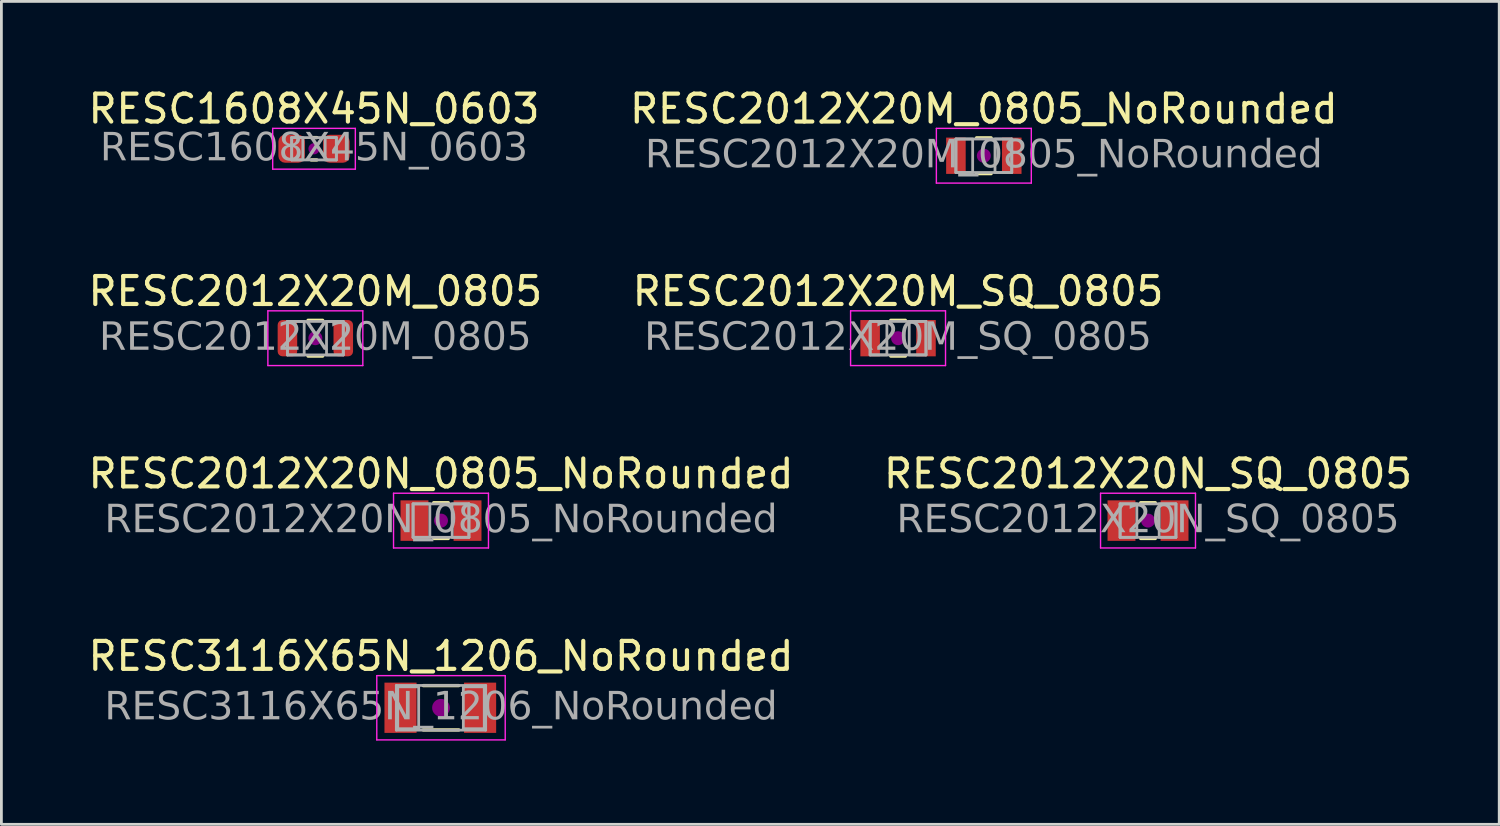
<source format=kicad_pcb>
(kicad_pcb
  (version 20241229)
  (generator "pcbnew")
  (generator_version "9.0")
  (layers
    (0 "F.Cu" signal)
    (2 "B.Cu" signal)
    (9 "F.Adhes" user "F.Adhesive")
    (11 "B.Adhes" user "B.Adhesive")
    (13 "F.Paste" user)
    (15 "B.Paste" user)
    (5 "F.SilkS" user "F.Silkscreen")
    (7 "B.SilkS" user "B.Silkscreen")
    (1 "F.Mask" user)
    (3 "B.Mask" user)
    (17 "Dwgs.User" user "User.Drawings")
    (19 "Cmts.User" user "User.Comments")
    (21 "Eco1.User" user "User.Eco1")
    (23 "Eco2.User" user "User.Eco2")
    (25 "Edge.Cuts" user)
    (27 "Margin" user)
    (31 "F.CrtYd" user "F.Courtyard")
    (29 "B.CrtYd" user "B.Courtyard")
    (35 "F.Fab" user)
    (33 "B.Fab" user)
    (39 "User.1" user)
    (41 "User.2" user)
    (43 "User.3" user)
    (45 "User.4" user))
  (footprint "RESC2012X20N_SQ_0805"
    (layer "F.Cu")
    (at 38.065 15.595)
    (property "Reference" "RESC2012X20N_SQ_0805" (at 0 -1.68 0) (layer "F.SilkS") (effects (font (size 1 1) (thickness 0.15))))
    (attr smd)
    (fp_line (start -0.261 -0.64) (end 0.261 -0.64) (stroke (width 0.12) (type solid)) (layer "F.SilkS"))
    (fp_line (start -0.261 0.64) (end 0.261 0.64) (stroke (width 0.12) (type solid)) (layer "F.SilkS"))
    (fp_circle (center 0 0) (end 0.25 0) (stroke (width 0) (type solid)) (fill yes) (layer "F.Adhes"))
    (fp_line (start -1.7 -0.98) (end 1.7 -0.98) (stroke (width 0.05) (type solid)) (layer "F.CrtYd"))
    (fp_line (start -1.7 0.98) (end -1.7 -0.98) (stroke (width 0.05) (type solid)) (layer "F.CrtYd"))
    (fp_line (start 1.7 -0.98) (end 1.7 0.98) (stroke (width 0.05) (type solid)) (layer "F.CrtYd"))
    (fp_line (start 1.7 0.98) (end -1.7 0.98) (stroke (width 0.05) (type solid)) (layer "F.CrtYd"))
    (fp_line (start -1 -0.6) (end 1 -0.6) (stroke (width 0.1) (type solid)) (layer "F.Fab"))
    (fp_line (start -1 0.6) (end -1 -0.6) (stroke (width 0.1) (type solid)) (layer "F.Fab"))
    (fp_line (start 1 -0.6) (end 1 0.6) (stroke (width 0.1) (type solid)) (layer "F.Fab"))
    (fp_line (start 1 0.6) (end -1 0.6) (stroke (width 0.1) (type solid)) (layer "F.Fab"))
    (fp_rect (start -1 -0.6) (end -0.4 0.6) (stroke (width 0.1) (type solid)) (fill no) (layer "F.Fab"))
    (fp_rect (start 0.4 -0.6) (end 1 0.6) (stroke (width 0.1) (type solid)) (fill no) (layer "F.Fab"))
    (fp_text user "${REFERENCE}" (at 0 0 0) (layer "F.Fab") (effects (font (face "Tahoma") (size 1 1) (thickness 0.15))))
    (pad "1" smd rect (at -0.95 0) (size 1 1.45) (layers "F.Cu" "F.Mask" "F.Paste"))
    (pad "2" smd rect (at 0.95 0) (size 1 1.45) (layers "F.Cu" "F.Mask" "F.Paste")))
  (footprint "RESC2012X20N_0805_NoRounded"
    (layer "F.Cu")
    (at 12.744 15.595)
    (property "Reference" "RESC2012X20N_0805_NoRounded" (at 0 -1.68 0) (layer "F.SilkS") (effects (font (size 1 1) (thickness 0.15))))
    (attr smd)
    (fp_line (start -0.261 -0.64) (end 0.261 -0.64) (stroke (width 0.12) (type solid)) (layer "F.SilkS"))
    (fp_line (start -0.261 0.64) (end 0.261 0.64) (stroke (width 0.12) (type solid)) (layer "F.SilkS"))
    (fp_circle (center 0 0) (end 0.25 0) (stroke (width 0) (type solid)) (fill yes) (layer "F.Adhes"))
    (fp_line (start -1.7 -0.98) (end 1.7 -0.98) (stroke (width 0.05) (type solid)) (layer "F.CrtYd"))
    (fp_line (start -1.7 0.98) (end -1.7 -0.98) (stroke (width 0.05) (type solid)) (layer "F.CrtYd"))
    (fp_line (start 1.7 -0.98) (end 1.7 0.98) (stroke (width 0.05) (type solid)) (layer "F.CrtYd"))
    (fp_line (start 1.7 0.98) (end -1.7 0.98) (stroke (width 0.05) (type solid)) (layer "F.CrtYd"))
    (fp_line (start -1 -0.6) (end 1 -0.6) (stroke (width 0.1) (type solid)) (layer "F.Fab"))
    (fp_line (start -1 0.6) (end -1 -0.6) (stroke (width 0.1) (type solid)) (layer "F.Fab"))
    (fp_line (start 1 -0.6) (end 1 0.6) (stroke (width 0.1) (type solid)) (layer "F.Fab"))
    (fp_line (start 1 0.6) (end -1 0.6) (stroke (width 0.1) (type solid)) (layer "F.Fab"))
    (fp_rect (start -1 -0.6) (end -0.4 0.6) (stroke (width 0.1) (type solid)) (fill no) (layer "F.Fab"))
    (fp_rect (start 0.4 -0.6) (end 1 0.6) (stroke (width 0.1) (type solid)) (fill no) (layer "F.Fab"))
    (fp_text user "${REFERENCE}" (at 0 0 0) (layer "F.Fab") (effects (font (face "Tahoma") (size 1 1) (thickness 0.15))))
    (pad "1" smd rect (at -0.95 0) (size 1 1.45) (layers "F.Cu" "F.Mask" "F.Paste"))
    (pad "2" smd rect (at 0.95 0) (size 1 1.45) (layers "F.Cu" "F.Mask" "F.Paste")))
  (footprint "RESC3116X65N_1206_NoRounded"
    (layer "F.Cu")
    (at 12.744 22.298)
    (property "Reference" "RESC3116X65N_1206_NoRounded" (at 0 -1.85 0) (layer "F.SilkS") (effects (font (size 1 1) (thickness 0.15))))
    (attr smd)
    (fp_line (start -0.635 -0.794) (end 0.635 -0.794) (stroke (width 0.12) (type solid)) (layer "F.SilkS"))
    (fp_line (start -0.635 0.794) (end 0.635 0.794) (stroke (width 0.12) (type solid)) (layer "F.SilkS"))
    (fp_circle (center 0 0) (end 0.318 0) (stroke (width 0) (type solid)) (fill yes) (layer "F.Adhes"))
    (fp_line (start -2.3 -1.15) (end 2.3 -1.15) (stroke (width 0.05) (type solid)) (layer "F.CrtYd"))
    (fp_line (start -2.3 1.15) (end -2.3 -1.15) (stroke (width 0.05) (type solid)) (layer "F.CrtYd"))
    (fp_line (start 2.3 -1.15) (end 2.3 1.15) (stroke (width 0.05) (type solid)) (layer "F.CrtYd"))
    (fp_line (start 2.3 1.15) (end -2.3 1.15) (stroke (width 0.05) (type solid)) (layer "F.CrtYd"))
    (fp_line (start -1.6 -0.8) (end 1.6 -0.8) (stroke (width 0.1) (type solid)) (layer "F.Fab"))
    (fp_line (start -1.6 0.8) (end -1.6 -0.8) (stroke (width 0.1) (type solid)) (layer "F.Fab"))
    (fp_line (start 1.6 -0.8) (end 1.6 0.8) (stroke (width 0.1) (type solid)) (layer "F.Fab"))
    (fp_line (start 1.6 0.8) (end -1.6 0.8) (stroke (width 0.1) (type solid)) (layer "F.Fab"))
    (fp_rect (start -0.8 0.75) (end -1.55 -0.75) (stroke (width 0.1) (type solid)) (fill no) (layer "F.Fab"))
    (fp_rect (start 0.8 -0.75) (end 1.55 0.75) (stroke (width 0.1) (type solid)) (fill no) (layer "F.Fab"))
    (fp_text user "${REFERENCE}" (at 0 0 0) (layer "F.Fab") (effects (font (face "Tahoma") (size 1 1) (thickness 0.15))))
    (pad "1" smd rect (at -1.45 0) (size 1.15 1.8) (layers "F.Cu" "F.Mask" "F.Paste"))
    (pad "2" smd rect (at 1.4 0) (size 1.15 1.8) (layers "F.Cu" "F.Mask" "F.Paste")))
  (footprint "RESC2012X20M_SQ_0805"
    (layer "F.Cu")
    (at 29.113 9.062)
    (property "Reference" "RESC2012X20M_SQ_0805" (at 0 -1.68 0) (layer "F.SilkS") (effects (font (size 1 1) (thickness 0.15))))
    (attr smd)
    (fp_line (start -0.261 -0.64) (end 0.261 -0.64) (stroke (width 0.12) (type solid)) (layer "F.SilkS"))
    (fp_line (start -0.261 0.64) (end 0.261 0.64) (stroke (width 0.12) (type solid)) (layer "F.SilkS"))
    (fp_circle (center 0 0) (end 0.25 0) (stroke (width 0) (type solid)) (fill yes) (layer "F.Adhes"))
    (fp_line (start -1.7 -0.98) (end 1.7 -0.98) (stroke (width 0.05) (type solid)) (layer "F.CrtYd"))
    (fp_line (start -1.7 0.98) (end -1.7 -0.98) (stroke (width 0.05) (type solid)) (layer "F.CrtYd"))
    (fp_line (start 1.7 -0.98) (end 1.7 0.98) (stroke (width 0.05) (type solid)) (layer "F.CrtYd"))
    (fp_line (start 1.7 0.98) (end -1.7 0.98) (stroke (width 0.05) (type solid)) (layer "F.CrtYd"))
    (fp_line (start -1 -0.6) (end 1 -0.6) (stroke (width 0.1) (type solid)) (layer "F.Fab"))
    (fp_line (start -1 0.6) (end -1 -0.6) (stroke (width 0.1) (type solid)) (layer "F.Fab"))
    (fp_line (start 1 -0.6) (end 1 0.6) (stroke (width 0.1) (type solid)) (layer "F.Fab"))
    (fp_line (start 1 0.6) (end -1 0.6) (stroke (width 0.1) (type solid)) (layer "F.Fab"))
    (fp_rect (start -1 -0.6) (end -0.4 0.6) (stroke (width 0.1) (type solid)) (fill no) (layer "F.Fab"))
    (fp_rect (start 0.4 -0.6) (end 1 0.6) (stroke (width 0.1) (type solid)) (fill no) (layer "F.Fab"))
    (fp_text user "${REFERENCE}" (at 0 0 0) (layer "F.Fab") (effects (font (face "Tahoma") (size 1 1) (thickness 0.15))))
    (pad "1" smd rect (at -1 0) (size 0.7 1.3) (layers "F.Cu" "F.Mask" "F.Paste"))
    (pad "2" smd rect (at 1 0) (size 0.7 1.3) (layers "F.Cu" "F.Mask" "F.Paste")))
  (footprint "RESC2012X20M_0805"
    (layer "F.Cu")
    (at 8.244 9.062)
    (property "Reference" "RESC2012X20M_0805" (at 0 -1.68 0) (layer "F.SilkS") (effects (font (size 1 1) (thickness 0.15))))
    (attr smd)
    (fp_line (start -0.261 -0.64) (end 0.261 -0.64) (stroke (width 0.12) (type solid)) (layer "F.SilkS"))
    (fp_line (start -0.261 0.64) (end 0.261 0.64) (stroke (width 0.12) (type solid)) (layer "F.SilkS"))
    (fp_circle (center 0 0) (end 0.25 0) (stroke (width 0) (type solid)) (fill yes) (layer "F.Adhes"))
    (fp_line (start -1.7 -0.98) (end 1.7 -0.98) (stroke (width 0.05) (type solid)) (layer "F.CrtYd"))
    (fp_line (start -1.7 0.98) (end -1.7 -0.98) (stroke (width 0.05) (type solid)) (layer "F.CrtYd"))
    (fp_line (start 1.7 -0.98) (end 1.7 0.98) (stroke (width 0.05) (type solid)) (layer "F.CrtYd"))
    (fp_line (start 1.7 0.98) (end -1.7 0.98) (stroke (width 0.05) (type solid)) (layer "F.CrtYd"))
    (fp_line (start -1 -0.6) (end 1 -0.6) (stroke (width 0.1) (type solid)) (layer "F.Fab"))
    (fp_line (start -1 0.6) (end -1 -0.6) (stroke (width 0.1) (type solid)) (layer "F.Fab"))
    (fp_line (start 1 -0.6) (end 1 0.6) (stroke (width 0.1) (type solid)) (layer "F.Fab"))
    (fp_line (start 1 0.6) (end -1 0.6) (stroke (width 0.1) (type solid)) (layer "F.Fab"))
    (fp_rect (start -1 -0.6) (end -0.4 0.6) (stroke (width 0.1) (type solid)) (fill no) (layer "F.Fab"))
    (fp_rect (start 0.4 -0.6) (end 1 0.6) (stroke (width 0.1) (type solid)) (fill no) (layer "F.Fab"))
    (fp_text user "${REFERENCE}" (at 0 0 0) (layer "F.Fab") (effects (font (face "Tahoma") (size 1 1) (thickness 0.15))))
    (pad "1" smd roundrect (at -1 0) (size 0.7 1.3) (layers "F.Cu" "F.Mask" "F.Paste") (roundrect_rratio 0.25))
    (pad "2" smd roundrect (at 1 0) (size 0.7 1.3) (layers "F.Cu" "F.Mask" "F.Paste") (roundrect_rratio 0.25)))
  (footprint "RESC2012X20M_0805_NoRounded"
    (layer "F.Cu")
    (at 32.185 2.528)
    (property "Reference" "RESC2012X20M_0805_NoRounded" (at 0 -1.68 0) (layer "F.SilkS") (effects (font (size 1 1) (thickness 0.15))))
    (attr smd)
    (fp_line (start -0.261 -0.64) (end 0.261 -0.64) (stroke (width 0.12) (type solid)) (layer "F.SilkS"))
    (fp_line (start -0.261 0.64) (end 0.261 0.64) (stroke (width 0.12) (type solid)) (layer "F.SilkS"))
    (fp_circle (center 0 0) (end 0.25 0) (stroke (width 0) (type solid)) (fill yes) (layer "F.Adhes"))
    (fp_line (start -1.7 -0.98) (end 1.7 -0.98) (stroke (width 0.05) (type solid)) (layer "F.CrtYd"))
    (fp_line (start -1.7 0.98) (end -1.7 -0.98) (stroke (width 0.05) (type solid)) (layer "F.CrtYd"))
    (fp_line (start 1.7 -0.98) (end 1.7 0.98) (stroke (width 0.05) (type solid)) (layer "F.CrtYd"))
    (fp_line (start 1.7 0.98) (end -1.7 0.98) (stroke (width 0.05) (type solid)) (layer "F.CrtYd"))
    (fp_line (start -1 -0.6) (end 1 -0.6) (stroke (width 0.1) (type solid)) (layer "F.Fab"))
    (fp_line (start -1 0.6) (end -1 -0.6) (stroke (width 0.1) (type solid)) (layer "F.Fab"))
    (fp_line (start 1 -0.6) (end 1 0.6) (stroke (width 0.1) (type solid)) (layer "F.Fab"))
    (fp_line (start 1 0.6) (end -1 0.6) (stroke (width 0.1) (type solid)) (layer "F.Fab"))
    (fp_rect (start -1 -0.6) (end -0.4 0.6) (stroke (width 0.1) (type solid)) (fill no) (layer "F.Fab"))
    (fp_rect (start 0.4 -0.6) (end 1 0.6) (stroke (width 0.1) (type solid)) (fill no) (layer "F.Fab"))
    (fp_text user "${REFERENCE}" (at 0 0 0) (layer "F.Fab") (effects (font (face "Tahoma") (size 1 1) (thickness 0.15))))
    (pad "1" smd rect (at -1 0) (size 0.7 1.3) (layers "F.Cu" "F.Mask" "F.Paste"))
    (pad "2" smd rect (at 1 0) (size 0.7 1.3) (layers "F.Cu" "F.Mask" "F.Paste")))
  (footprint "RESC1608X45N_0603"
    (layer "F.Cu")
    (at 8.196 2.278)
    (property "Reference" "RESC1608X45N_0603" (at 0 -1.43 0) (layer "F.SilkS") (effects (font (size 1 1) (thickness 0.15))))
    (attr smd)
    (fp_line (start -0.1 -0.4) (end 0.1 -0.4) (stroke (width 0.12) (type solid)) (layer "F.SilkS"))
    (fp_line (start -0.1 0.4) (end 0.1 0.4) (stroke (width 0.12) (type solid)) (layer "F.SilkS"))
    (fp_circle (center 0 0) (end 0.2 0) (stroke (width 0) (type solid)) (fill yes) (layer "F.Adhes"))
    (fp_line (start -1.48 -0.73) (end 1.48 -0.73) (stroke (width 0.05) (type solid)) (layer "F.CrtYd"))
    (fp_line (start -1.48 0.73) (end -1.48 -0.73) (stroke (width 0.05) (type solid)) (layer "F.CrtYd"))
    (fp_line (start 1.48 -0.73) (end 1.48 0.73) (stroke (width 0.05) (type solid)) (layer "F.CrtYd"))
    (fp_line (start 1.48 0.73) (end -1.48 0.73) (stroke (width 0.05) (type solid)) (layer "F.CrtYd"))
    (fp_line (start -0.8 -0.4) (end 0.8 -0.4) (stroke (width 0.1) (type solid)) (layer "F.Fab"))
    (fp_line (start -0.8 0.4) (end -0.8 -0.4) (stroke (width 0.1) (type solid)) (layer "F.Fab"))
    (fp_line (start 0.8 -0.4) (end 0.8 0.4) (stroke (width 0.1) (type solid)) (layer "F.Fab"))
    (fp_line (start 0.8 0.4) (end -0.8 0.4) (stroke (width 0.1) (type solid)) (layer "F.Fab"))
    (fp_rect (start -0.8 -0.4) (end -0.4 0.4) (stroke (width 0.1) (type solid)) (fill no) (layer "F.Fab"))
    (fp_rect (start 0.8 0.4) (end 0.4 -0.4) (stroke (width 0.1) (type solid)) (fill no) (layer "F.Fab"))
    (fp_text user "${REFERENCE}" (at 0 0 0) (layer "F.Fab") (effects (font (face "Tahoma") (size 1 1) (thickness 0.15))))
    (pad "1" smd roundrect (at -0.8 0) (size 0.95 1) (layers "F.Cu" "F.Mask" "F.Paste") (roundrect_rratio 0.25))
    (pad "2" smd roundrect (at 0.8 0) (size 0.95 1) (layers "F.Cu" "F.Mask" "F.Paste") (roundrect_rratio 0.25)))
  (gr_rect
    (start -3 -3)
    (end 50.643 26.473)
    (stroke (width 0.1) (type default))
    (fill no)
    (layer "Edge.Cuts")))
</source>
